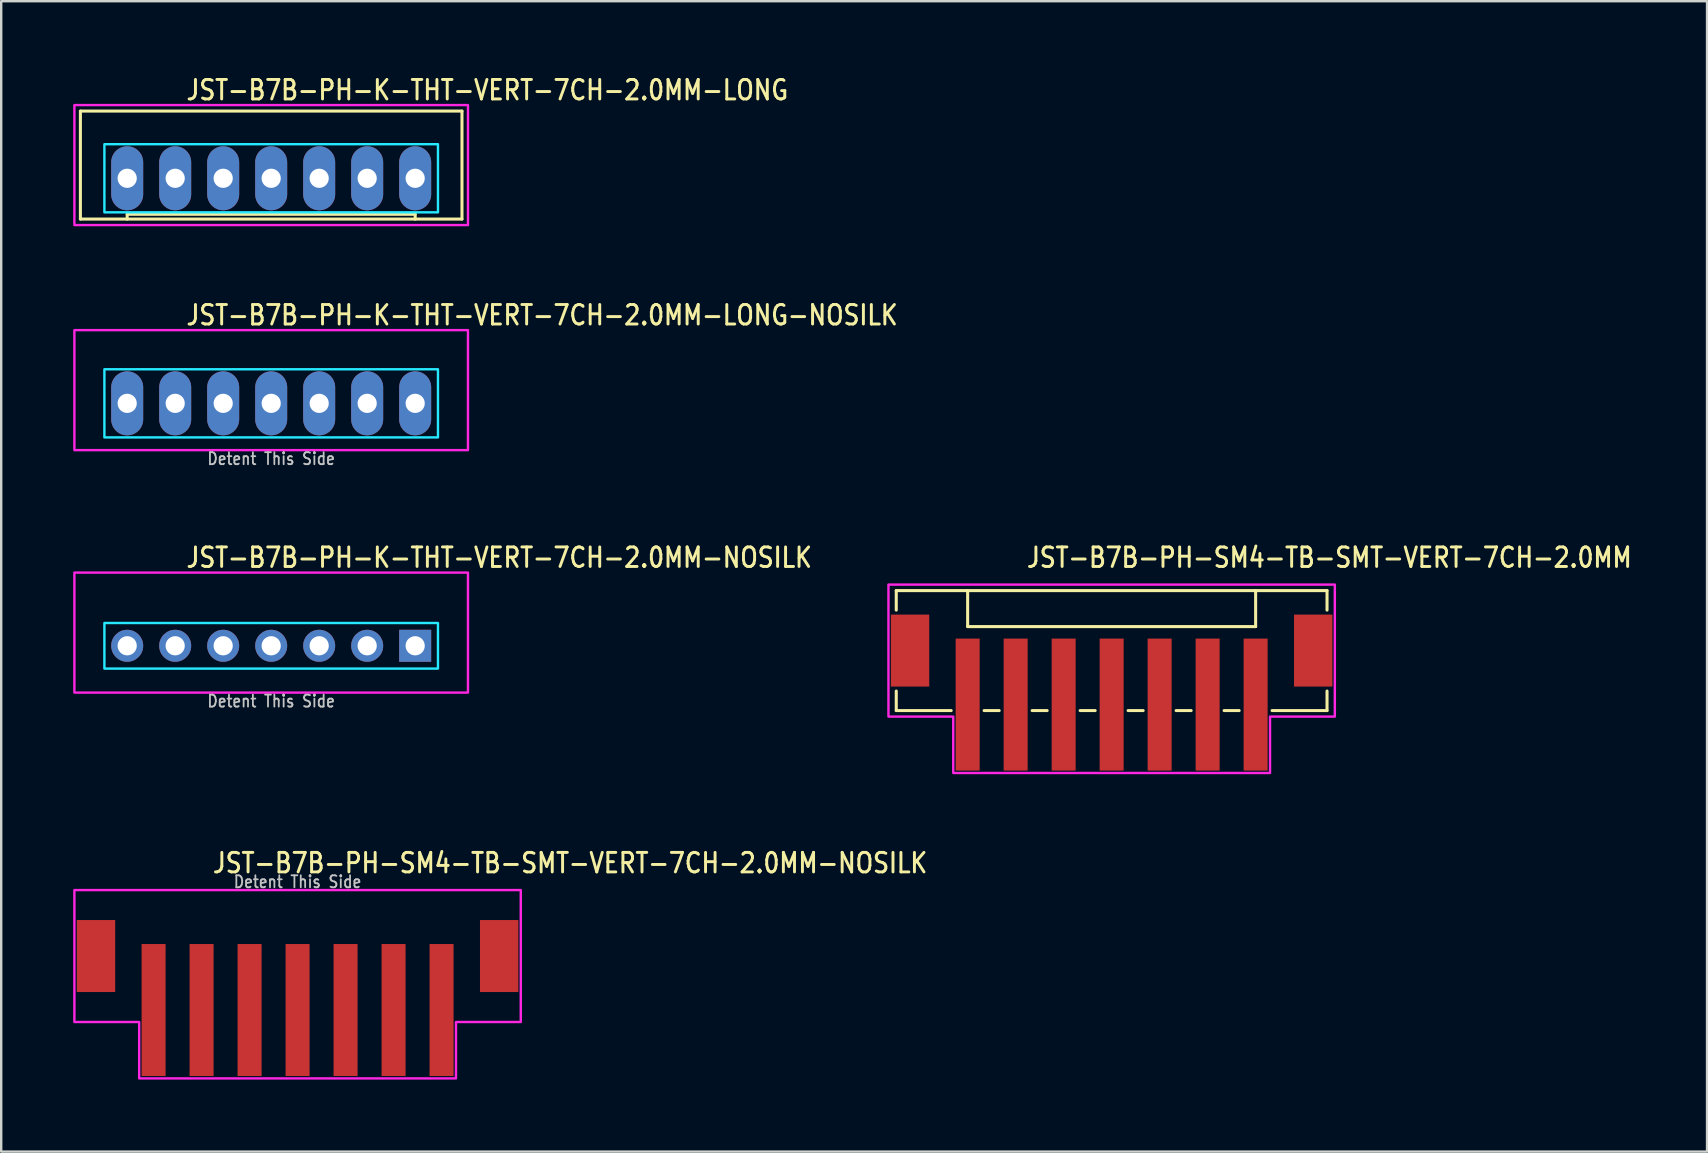
<source format=kicad_pcb>
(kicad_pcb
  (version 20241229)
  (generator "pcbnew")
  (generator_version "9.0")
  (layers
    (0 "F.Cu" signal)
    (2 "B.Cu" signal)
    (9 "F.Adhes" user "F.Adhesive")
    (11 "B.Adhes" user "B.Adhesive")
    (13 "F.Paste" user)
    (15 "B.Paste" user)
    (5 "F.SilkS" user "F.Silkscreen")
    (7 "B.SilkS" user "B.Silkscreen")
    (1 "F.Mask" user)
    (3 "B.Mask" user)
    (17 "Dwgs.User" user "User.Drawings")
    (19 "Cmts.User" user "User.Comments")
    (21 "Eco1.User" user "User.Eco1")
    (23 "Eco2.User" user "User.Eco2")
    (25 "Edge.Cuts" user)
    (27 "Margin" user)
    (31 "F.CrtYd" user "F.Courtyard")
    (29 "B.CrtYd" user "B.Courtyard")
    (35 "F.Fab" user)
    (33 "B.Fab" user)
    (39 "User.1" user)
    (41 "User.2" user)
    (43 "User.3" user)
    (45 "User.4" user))
  (footprint "JST-B7B-PH-SM4-TB-SMT-VERT-7CH-2.0MM"
    (layer "F.Cu")
    (at 43.271 24.059)
    (property "Reference" "JST-B7B-PH-SM4-TB-SMT-VERT-7CH-2.0MM" (at -3.6 -3.4 0) (unlocked yes) (layer "F.SilkS") (effects (font (size 0.813 0.695) (thickness 0.122)) (justify left bottom)))
    (fp_line (start -8.975 -2.5) (end -8.975 -1.687) (stroke (width 0.127) (type solid)) (layer "F.SilkS"))
    (fp_line (start -8.975 -2.5) (end 8.975 -2.5) (stroke (width 0.127) (type solid)) (layer "F.SilkS"))
    (fp_line (start -8.975 2.5) (end -8.975 1.687) (stroke (width 0.127) (type solid)) (layer "F.SilkS"))
    (fp_line (start -8.975 2.5) (end -6.686 2.5) (stroke (width 0.127) (type solid)) (layer "F.SilkS"))
    (fp_line (start -6 -2.5) (end -6 -1) (stroke (width 0.127) (type solid)) (layer "F.SilkS"))
    (fp_line (start -6 -1) (end 6 -1) (stroke (width 0.127) (type solid)) (layer "F.SilkS"))
    (fp_line (start -5.314 2.5) (end -4.686 2.5) (stroke (width 0.127) (type solid)) (layer "F.SilkS"))
    (fp_line (start -3.313 2.5) (end -2.687 2.5) (stroke (width 0.127) (type solid)) (layer "F.SilkS"))
    (fp_line (start -1.313 2.5) (end -0.686 2.5) (stroke (width 0.127) (type solid)) (layer "F.SilkS"))
    (fp_line (start 0.686 2.5) (end 1.313 2.5) (stroke (width 0.127) (type solid)) (layer "F.SilkS"))
    (fp_line (start 2.687 2.5) (end 3.313 2.5) (stroke (width 0.127) (type solid)) (layer "F.SilkS"))
    (fp_line (start 4.686 2.5) (end 5.314 2.5) (stroke (width 0.127) (type solid)) (layer "F.SilkS"))
    (fp_line (start 6 -1) (end 6 -2.5) (stroke (width 0.127) (type solid)) (layer "F.SilkS"))
    (fp_line (start 6.686 2.5) (end 8.975 2.5) (stroke (width 0.127) (type solid)) (layer "F.SilkS"))
    (fp_line (start 8.975 -1.687) (end 8.975 -2.5) (stroke (width 0.127) (type solid)) (layer "F.SilkS"))
    (fp_line (start 8.975 1.687) (end 8.975 2.5) (stroke (width 0.127) (type solid)) (layer "F.SilkS"))
    (fp_poly (pts (xy -9.3 -2.75) (xy -9.3 2.75) (xy -6.6 2.75) (xy -6.6 5.1) (xy 6.6 5.1) (xy 6.6 2.75) (xy 9.3 2.75) (xy 9.3 -2.75)) (stroke (width 0.1) (type solid)) (fill no) (layer "F.CrtYd"))
    (pad "1" smd rect (at -6 2.25) (size 1 5.5) (layers "F.Cu" "F.Mask" "F.Paste"))
    (pad "2" smd rect (at -4 2.25) (size 1 5.5) (layers "F.Cu" "F.Mask" "F.Paste"))
    (pad "3" smd rect (at -2 2.25) (size 1 5.5) (layers "F.Cu" "F.Mask" "F.Paste"))
    (pad "4" smd rect (at 0 2.25) (size 1 5.5) (layers "F.Cu" "F.Mask" "F.Paste"))
    (pad "5" smd rect (at 2 2.25) (size 1 5.5) (layers "F.Cu" "F.Mask" "F.Paste"))
    (pad "6" smd rect (at 4 2.25) (size 1 5.5) (layers "F.Cu" "F.Mask" "F.Paste"))
    (pad "7" smd rect (at 6 2.25) (size 1 5.5) (layers "F.Cu" "F.Mask" "F.Paste"))
    (pad "S_1" smd rect (at -8.4 0) (size 1.6 3) (layers "F.Cu" "F.Mask" "F.Paste"))
    (pad "S_2" smd rect (at 8.4 0) (size 1.6 3) (layers "F.Cu" "F.Mask" "F.Paste")))
  (footprint "JST-B7B-PH-SM4-TB-SMT-VERT-7CH-2.0MM-NOSILK"
    (layer "F.Cu")
    (at 9.35 36.787)
    (property "Reference" "JST-B7B-PH-SM4-TB-SMT-VERT-7CH-2.0MM-NOSILK" (at -3.6 -3.4 0) (unlocked yes) (layer "F.SilkS") (effects (font (size 0.813 0.695) (thickness 0.122)) (justify left bottom)))
    (fp_poly (pts (xy -9.3 -2.75) (xy -9.3 2.75) (xy -6.6 2.75) (xy -6.6 5.1) (xy 6.6 5.1) (xy 6.6 2.75) (xy 9.3 2.75) (xy 9.3 -2.75)) (stroke (width 0.1) (type solid)) (fill no) (layer "F.CrtYd"))
    (fp_text user "Detent This Side" (at 0 -2.8 0) (unlocked yes) (layer "Dwgs.User") (effects (font (size 0.5 0.427) (thickness 0.075)) (justify bottom)))
    (pad "1" smd rect (at -6 2.25) (size 1 5.5) (layers "F.Cu" "F.Mask" "F.Paste"))
    (pad "2" smd rect (at -4 2.25) (size 1 5.5) (layers "F.Cu" "F.Mask" "F.Paste"))
    (pad "3" smd rect (at -2 2.25) (size 1 5.5) (layers "F.Cu" "F.Mask" "F.Paste"))
    (pad "4" smd rect (at 0 2.25) (size 1 5.5) (layers "F.Cu" "F.Mask" "F.Paste"))
    (pad "5" smd rect (at 2 2.25) (size 1 5.5) (layers "F.Cu" "F.Mask" "F.Paste"))
    (pad "6" smd rect (at 4 2.25) (size 1 5.5) (layers "F.Cu" "F.Mask" "F.Paste"))
    (pad "7" smd rect (at 6 2.25) (size 1 5.5) (layers "F.Cu" "F.Mask" "F.Paste"))
    (pad "S_1" smd rect (at -8.4 0) (size 1.6 3) (layers "F.Cu" "F.Mask" "F.Paste"))
    (pad "S_2" smd rect (at 8.4 0) (size 1.6 3) (layers "F.Cu" "F.Mask" "F.Paste")))
  (footprint "JST-B7B-PH-K-THT-VERT-7CH-2.0MM-NOSILK"
    (layer "F.Cu")
    (at 8.25 23.859)
    (property "Reference" "JST-B7B-PH-K-THT-VERT-7CH-2.0MM-NOSILK" (at -3.6 -3.2 0) (unlocked yes) (layer "F.SilkS") (effects (font (size 0.813 0.695) (thickness 0.122)) (justify left bottom)))
    (fp_poly (pts (xy -6.95 -0.95) (xy -6.95 0.95) (xy 6.95 0.95) (xy 6.95 -0.95)) (stroke (width 0.1) (type solid)) (fill no) (layer "B.CrtYd"))
    (fp_poly (pts (xy -8.2 1.95) (xy -8.2 -3.05) (xy 8.2 -3.05) (xy 8.2 1.95)) (stroke (width 0.1) (type solid)) (fill no) (layer "F.CrtYd"))
    (fp_text user "Detent This Side" (at 0 2.6 0) (unlocked yes) (layer "Dwgs.User") (effects (font (size 0.5 0.427) (thickness 0.075)) (justify bottom)))
    (pad "1" thru_hole rect (at 6 0) (size 1.333 1.333) (drill 0.8) (layers "*.Cu" "*.Mask"))
    (pad "2" thru_hole oval (at 4 0) (size 1.333 1.333) (drill 0.8) (layers "*.Cu" "*.Mask"))
    (pad "3" thru_hole oval (at 2 0) (size 1.333 1.333) (drill 0.8) (layers "*.Cu" "*.Mask"))
    (pad "4" thru_hole oval (at 0 0) (size 1.333 1.333) (drill 0.8) (layers "*.Cu" "*.Mask"))
    (pad "5" thru_hole oval (at -2 0) (size 1.333 1.333) (drill 0.8) (layers "*.Cu" "*.Mask"))
    (pad "6" thru_hole oval (at -4 0) (size 1.333 1.333) (drill 0.8) (layers "*.Cu" "*.Mask"))
    (pad "7" thru_hole oval (at -6 0) (size 1.333 1.333) (drill 0.8) (layers "*.Cu" "*.Mask")))
  (footprint "JST-B7B-PH-K-THT-VERT-7CH-2.0MM-LONG-NOSILK"
    (layer "F.Cu")
    (at 8.25 13.757)
    (property "Reference" "JST-B7B-PH-K-THT-VERT-7CH-2.0MM-LONG-NOSILK" (at -3.6 -3.2 0) (unlocked yes) (layer "F.SilkS") (effects (font (size 0.813 0.695) (thickness 0.122)) (justify left bottom)))
    (fp_poly (pts (xy -6.95 -1.42) (xy -6.95 1.42) (xy 6.95 1.42) (xy 6.95 -1.42)) (stroke (width 0.1) (type solid)) (fill no) (layer "B.CrtYd"))
    (fp_poly (pts (xy -8.2 1.95) (xy -8.2 -3.05) (xy 8.2 -3.05) (xy 8.2 1.95)) (stroke (width 0.1) (type solid)) (fill no) (layer "F.CrtYd"))
    (fp_text user "Detent This Side" (at 0 2.6 0) (unlocked yes) (layer "Dwgs.User") (effects (font (size 0.5 0.427) (thickness 0.075)) (justify bottom)))
    (pad "1" thru_hole oval (at 6 0 90) (size 2.667 1.333) (drill 0.8) (layers "*.Cu" "*.Mask"))
    (pad "2" thru_hole oval (at 4 0 90) (size 2.667 1.333) (drill 0.8) (layers "*.Cu" "*.Mask"))
    (pad "3" thru_hole oval (at 2 0 90) (size 2.667 1.333) (drill 0.8) (layers "*.Cu" "*.Mask"))
    (pad "4" thru_hole oval (at 0 0 90) (size 2.667 1.333) (drill 0.8) (layers "*.Cu" "*.Mask"))
    (pad "5" thru_hole oval (at -2 0 90) (size 2.667 1.333) (drill 0.8) (layers "*.Cu" "*.Mask"))
    (pad "6" thru_hole oval (at -4 0 90) (size 2.667 1.333) (drill 0.8) (layers "*.Cu" "*.Mask"))
    (pad "7" thru_hole oval (at -6 0 90) (size 2.667 1.333) (drill 0.8) (layers "*.Cu" "*.Mask")))
  (footprint "JST-B7B-PH-K-THT-VERT-7CH-2.0MM-LONG"
    (layer "F.Cu")
    (at 8.25 4.379)
    (property "Reference" "JST-B7B-PH-K-THT-VERT-7CH-2.0MM-LONG" (at -3.6 -3.2 0) (unlocked yes) (layer "F.SilkS") (effects (font (size 0.813 0.695) (thickness 0.122)) (justify left bottom)))
    (fp_line (start -7.95 -2.8) (end -7.95 1.7) (stroke (width 0.127) (type solid)) (layer "F.SilkS"))
    (fp_line (start -7.95 -2.8) (end 7.95 -2.8) (stroke (width 0.127) (type solid)) (layer "F.SilkS"))
    (fp_line (start -7.95 1.7) (end 7.95 1.7) (stroke (width 0.127) (type solid)) (layer "F.SilkS"))
    (fp_line (start -6 1.7) (end -6 1.5) (stroke (width 0.127) (type solid)) (layer "F.SilkS"))
    (fp_line (start 6 1.5) (end -6 1.5) (stroke (width 0.127) (type solid)) (layer "F.SilkS"))
    (fp_line (start 6 1.7) (end 6 1.5) (stroke (width 0.127) (type solid)) (layer "F.SilkS"))
    (fp_line (start 7.95 1.7) (end 7.95 -2.8) (stroke (width 0.127) (type solid)) (layer "F.SilkS"))
    (fp_poly (pts (xy -6.95 -1.42) (xy -6.95 1.42) (xy 6.95 1.42) (xy 6.95 -1.42)) (stroke (width 0.1) (type solid)) (fill no) (layer "B.CrtYd"))
    (fp_poly (pts (xy -8.2 1.95) (xy -8.2 -3.05) (xy 8.2 -3.05) (xy 8.2 1.95)) (stroke (width 0.1) (type solid)) (fill no) (layer "F.CrtYd"))
    (pad "1" thru_hole oval (at 6 0 90) (size 2.667 1.333) (drill 0.8) (layers "*.Cu" "*.Mask"))
    (pad "2" thru_hole oval (at 4 0 90) (size 2.667 1.333) (drill 0.8) (layers "*.Cu" "*.Mask"))
    (pad "3" thru_hole oval (at 2 0 90) (size 2.667 1.333) (drill 0.8) (layers "*.Cu" "*.Mask"))
    (pad "4" thru_hole oval (at 0 0 90) (size 2.667 1.333) (drill 0.8) (layers "*.Cu" "*.Mask"))
    (pad "5" thru_hole oval (at -2 0 90) (size 2.667 1.333) (drill 0.8) (layers "*.Cu" "*.Mask"))
    (pad "6" thru_hole oval (at -4 0 90) (size 2.667 1.333) (drill 0.8) (layers "*.Cu" "*.Mask"))
    (pad "7" thru_hole oval (at -6 0 90) (size 2.667 1.333) (drill 0.8) (layers "*.Cu" "*.Mask")))
  (gr_rect
    (start -3 -3)
    (end 68.081 44.937)
    (stroke (width 0.1) (type default))
    (fill no)
    (layer "Edge.Cuts")))
</source>
